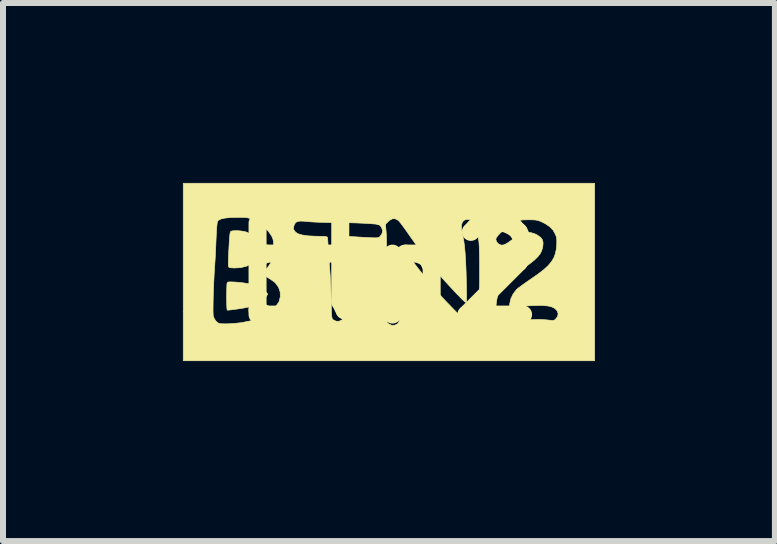
<source format=kicad_pcb>
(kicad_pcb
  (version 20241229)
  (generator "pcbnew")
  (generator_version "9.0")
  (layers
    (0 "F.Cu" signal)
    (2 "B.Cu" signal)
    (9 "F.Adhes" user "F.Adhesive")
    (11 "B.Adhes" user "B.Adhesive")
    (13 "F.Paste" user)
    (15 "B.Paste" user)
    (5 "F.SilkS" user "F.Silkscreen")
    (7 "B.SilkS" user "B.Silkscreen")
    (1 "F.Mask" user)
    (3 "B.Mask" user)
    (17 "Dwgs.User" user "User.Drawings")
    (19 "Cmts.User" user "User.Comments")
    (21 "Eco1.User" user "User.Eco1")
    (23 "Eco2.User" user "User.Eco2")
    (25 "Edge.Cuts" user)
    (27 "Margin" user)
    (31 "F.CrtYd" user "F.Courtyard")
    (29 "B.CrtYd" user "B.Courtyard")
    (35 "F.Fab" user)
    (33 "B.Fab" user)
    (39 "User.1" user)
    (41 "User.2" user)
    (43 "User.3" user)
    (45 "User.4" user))
  (footprint "btn2"
    (layer "F.Cu")
    (at 3.421 1.505)
    (property "Reference" "btn2" (at 0 0 0) (layer "F.SilkS") (effects (font (size 1.524 1.524) (thickness 0.3))))
    (attr through_hole)
    (fp_poly (pts (xy -2.492 -0.708) (xy -2.434 -0.702) (xy -2.382 -0.692) (xy -2.374 -0.69) (xy -2.299 -0.657) (xy -2.228 -0.609) (xy -2.171 -0.552) (xy -2.16 -0.537) (xy -2.137 -0.48) (xy -2.129 -0.412) (xy -2.139 -0.34) (xy -2.158 -0.286) (xy -2.206 -0.215) (xy -2.275 -0.159) (xy -2.361 -0.117) (xy -2.459 -0.093) (xy -2.567 -0.087) (xy -2.609 -0.09) (xy -2.628 -0.091) (xy -2.642 -0.092) (xy -2.652 -0.097) (xy -2.66 -0.109) (xy -2.664 -0.13) (xy -2.665 -0.164) (xy -2.664 -0.213) (xy -2.661 -0.281) (xy -2.657 -0.371) (xy -2.653 -0.441) (xy -2.648 -0.537) (xy -2.642 -0.608) (xy -2.637 -0.657) (xy -2.63 -0.687) (xy -2.623 -0.698) (xy -2.595 -0.706) (xy -2.548 -0.71) (xy -2.492 -0.708)) (stroke (width 0.01) (type solid)) (fill yes) (layer "F.SilkS"))
    (fp_poly (pts (xy -2.56 0.147) (xy -2.534 0.149) (xy -2.464 0.155) (xy -2.394 0.164) (xy -2.335 0.174) (xy -2.31 0.18) (xy -2.242 0.203) (xy -2.175 0.232) (xy -2.114 0.263) (xy -2.062 0.295) (xy -2.026 0.323) (xy -2.01 0.347) (xy -2.009 0.351) (xy -2.018 0.366) (xy -2.039 0.394) (xy -2.056 0.413) (xy -2.117 0.466) (xy -2.196 0.513) (xy -2.287 0.551) (xy -2.344 0.567) (xy -2.389 0.577) (xy -2.448 0.587) (xy -2.515 0.597) (xy -2.581 0.606) (xy -2.639 0.613) (xy -2.679 0.616) (xy -2.683 0.616) (xy -2.686 0.604) (xy -2.689 0.569) (xy -2.691 0.516) (xy -2.692 0.45) (xy -2.693 0.405) (xy -2.692 0.331) (xy -2.691 0.264) (xy -2.689 0.211) (xy -2.687 0.177) (xy -2.685 0.167) (xy -2.68 0.156) (xy -2.67 0.148) (xy -2.65 0.145) (xy -2.615 0.145) (xy -2.56 0.147)) (stroke (width 0.01) (type solid)) (fill yes) (layer "F.SilkS"))
    (fp_poly (pts (xy 3.443 1.46) (xy -3.416 1.46) (xy -3.416 0.575) (xy -2.919 0.575) (xy -2.919 0.643) (xy -2.917 0.691) (xy -2.915 0.713) (xy -2.898 0.758) (xy -2.869 0.8) (xy -2.865 0.803) (xy -2.845 0.822) (xy -2.825 0.834) (xy -2.8 0.841) (xy -2.763 0.843) (xy -2.705 0.844) (xy -2.702 0.844) (xy -2.63 0.842) (xy -2.546 0.835) (xy -2.466 0.827) (xy -2.445 0.824) (xy -2.285 0.792) (xy -2.148 0.748) (xy -2.075 0.716) (xy -2.023 0.683) (xy -1.965 0.638) (xy -1.909 0.587) (xy -1.861 0.535) (xy -1.827 0.489) (xy -1.82 0.476) (xy -1.798 0.395) (xy -1.8 0.314) (xy -1.826 0.236) (xy -1.875 0.168) (xy -1.884 0.158) (xy -1.913 0.135) (xy -1.956 0.105) (xy -2.004 0.074) (xy -2.05 0.046) (xy -2.085 0.027) (xy -2.095 0.023) (xy -2.094 0.011) (xy -2.078 -0.014) (xy -2.049 -0.048) (xy -2.045 -0.052) (xy -2.005 -0.101) (xy -1.967 -0.158) (xy -1.945 -0.198) (xy -1.928 -0.237) (xy -1.918 -0.272) (xy -1.912 -0.312) (xy -1.91 -0.365) (xy -1.909 -0.415) (xy -1.91 -0.481) (xy -1.913 -0.528) (xy -1.919 -0.563) (xy -1.93 -0.594) (xy -1.944 -0.623) (xy -1.997 -0.699) (xy -2.064 -0.767) (xy -1.579 -0.767) (xy -1.573 -0.725) (xy -1.544 -0.685) (xy -1.544 -0.684) (xy -1.5 -0.657) (xy -1.431 -0.637) (xy -1.337 -0.623) (xy -1.217 -0.617) (xy -1.158 -0.616) (xy -1.088 -0.615) (xy -1.043 -0.612) (xy -1.018 -0.605) (xy -1.013 -0.599) (xy -1.01 -0.581) (xy -1.006 -0.541) (xy -1.002 -0.483) (xy -0.997 -0.413) (xy -0.992 -0.348) (xy -0.986 -0.253) (xy -0.979 -0.149) (xy -0.972 -0.047) (xy -0.966 0.043) (xy -0.964 0.074) (xy -0.959 0.154) (xy -0.955 0.251) (xy -0.951 0.355) (xy -0.948 0.457) (xy -0.947 0.507) (xy -0.946 0.594) (xy -0.944 0.658) (xy -0.942 0.704) (xy -0.938 0.734) (xy -0.933 0.754) (xy -0.925 0.767) (xy -0.915 0.777) (xy -0.912 0.779) (xy -0.867 0.8) (xy -0.818 0.801) (xy -0.774 0.781) (xy -0.766 0.772) (xy -0.741 0.737) (xy -0.723 0.695) (xy -0.719 0.665) (xy -0.717 0.611) (xy -0.718 0.534) (xy -0.72 0.437) (xy -0.725 0.323) (xy -0.731 0.194) (xy -0.74 0.052) (xy -0.75 -0.101) (xy -0.757 -0.208) (xy -0.763 -0.295) (xy -0.769 -0.378) (xy -0.773 -0.452) (xy -0.776 -0.51) (xy -0.777 -0.547) (xy -0.777 -0.548) (xy -0.777 -0.62) (xy -0.626 -0.612) (xy -0.503 -0.604) (xy -0.404 -0.598) (xy -0.326 -0.594) (xy -0.266 -0.591) (xy -0.222 -0.59) (xy -0.191 -0.591) (xy -0.169 -0.593) (xy -0.155 -0.597) (xy -0.146 -0.603) (xy -0.138 -0.611) (xy -0.129 -0.62) (xy -0.1 -0.666) (xy -0.094 -0.718) (xy -0.113 -0.768) (xy -0.124 -0.783) (xy -0.137 -0.796) (xy -0.152 -0.806) (xy -0.174 -0.813) (xy -0.192 -0.816) (xy -0.044 -0.816) (xy -0.032 -0.673) (xy -0.03 -0.63) (xy -0.028 -0.565) (xy -0.026 -0.479) (xy -0.024 -0.376) (xy -0.022 -0.259) (xy -0.021 -0.133) (xy -0.021 0.001) (xy -0.02 0.139) (xy -0.02 0.145) (xy -0.02 0.82) (xy 0.012 0.845) (xy 0.056 0.867) (xy 0.105 0.868) (xy 0.148 0.849) (xy 0.158 0.841) (xy 0.17 0.825) (xy 0.181 0.806) (xy 0.19 0.781) (xy 0.197 0.747) (xy 0.203 0.704) (xy 0.207 0.647) (xy 0.21 0.575) (xy 0.212 0.485) (xy 0.213 0.375) (xy 0.214 0.243) (xy 0.214 0.116) (xy 0.214 -0.457) (xy 0.317 -0.319) (xy 0.412 -0.194) (xy 0.515 -0.061) (xy 0.621 0.072) (xy 0.723 0.196) (xy 0.788 0.275) (xy 0.839 0.333) (xy 0.898 0.398) (xy 0.963 0.468) (xy 1.031 0.538) (xy 1.098 0.607) (xy 1.161 0.671) (xy 1.218 0.726) (xy 1.265 0.77) (xy 1.3 0.8) (xy 1.316 0.812) (xy 1.374 0.83) (xy 1.427 0.824) (xy 1.47 0.794) (xy 1.499 0.743) (xy 1.503 0.73) (xy 1.507 0.701) (xy 1.511 0.648) (xy 1.515 0.576) (xy 1.518 0.488) (xy 1.52 0.387) (xy 1.522 0.277) (xy 1.524 0.161) (xy 1.525 0.044) (xy 1.525 -0.072) (xy 1.524 -0.183) (xy 1.523 -0.285) (xy 1.521 -0.374) (xy 1.519 -0.448) (xy 1.515 -0.503) (xy 1.515 -0.513) (xy 1.507 -0.568) (xy 1.795 -0.568) (xy 1.807 -0.524) (xy 1.839 -0.489) (xy 1.881 -0.47) (xy 1.898 -0.469) (xy 1.925 -0.472) (xy 1.956 -0.485) (xy 1.996 -0.508) (xy 2.05 -0.546) (xy 2.071 -0.561) (xy 2.161 -0.622) (xy 2.24 -0.661) (xy 2.312 -0.679) (xy 2.38 -0.677) (xy 2.448 -0.656) (xy 2.489 -0.635) (xy 2.542 -0.597) (xy 2.572 -0.558) (xy 2.583 -0.51) (xy 2.581 -0.468) (xy 2.572 -0.413) (xy 2.555 -0.363) (xy 2.529 -0.316) (xy 2.49 -0.269) (xy 2.437 -0.218) (xy 2.367 -0.162) (xy 2.277 -0.096) (xy 2.237 -0.067) (xy 2.126 0.013) (xy 2.036 0.083) (xy 1.965 0.148) (xy 1.911 0.209) (xy 1.87 0.27) (xy 1.84 0.334) (xy 1.819 0.404) (xy 1.808 0.459) (xy 1.8 0.53) (xy 1.799 0.602) (xy 1.804 0.669) (xy 1.815 0.721) (xy 1.823 0.738) (xy 1.834 0.755) (xy 1.85 0.768) (xy 1.875 0.776) (xy 1.911 0.782) (xy 1.962 0.784) (xy 2.031 0.784) (xy 2.122 0.782) (xy 2.17 0.78) (xy 2.26 0.777) (xy 2.347 0.775) (xy 2.424 0.773) (xy 2.487 0.771) (xy 2.53 0.771) (xy 2.532 0.771) (xy 2.592 0.774) (xy 2.655 0.779) (xy 2.69 0.783) (xy 2.734 0.788) (xy 2.762 0.786) (xy 2.783 0.773) (xy 2.788 0.769) (xy 2.824 0.723) (xy 2.834 0.675) (xy 2.819 0.629) (xy 2.78 0.588) (xy 2.754 0.573) (xy 2.714 0.557) (xy 2.663 0.546) (xy 2.595 0.54) (xy 2.574 0.538) (xy 2.521 0.538) (xy 2.453 0.539) (xy 2.376 0.542) (xy 2.295 0.546) (xy 2.215 0.552) (xy 2.144 0.558) (xy 2.087 0.564) (xy 2.05 0.57) (xy 2.044 0.572) (xy 2.03 0.573) (xy 2.023 0.563) (xy 2.024 0.536) (xy 2.026 0.513) (xy 2.045 0.427) (xy 2.085 0.344) (xy 2.138 0.274) (xy 2.139 0.273) (xy 2.166 0.25) (xy 2.21 0.217) (xy 2.267 0.175) (xy 2.332 0.13) (xy 2.384 0.094) (xy 2.499 0.014) (xy 2.593 -0.058) (xy 2.666 -0.125) (xy 2.722 -0.191) (xy 2.762 -0.257) (xy 2.788 -0.327) (xy 2.804 -0.403) (xy 2.81 -0.467) (xy 2.812 -0.529) (xy 2.81 -0.573) (xy 2.803 -0.61) (xy 2.788 -0.649) (xy 2.786 -0.653) (xy 2.749 -0.719) (xy 2.695 -0.775) (xy 2.622 -0.824) (xy 2.573 -0.849) (xy 2.531 -0.868) (xy 2.495 -0.88) (xy 2.458 -0.887) (xy 2.411 -0.89) (xy 2.345 -0.891) (xy 2.344 -0.891) (xy 2.279 -0.89) (xy 2.233 -0.888) (xy 2.197 -0.881) (xy 2.161 -0.869) (xy 2.118 -0.849) (xy 2.098 -0.839) (xy 2.044 -0.808) (xy 1.986 -0.768) (xy 1.928 -0.722) (xy 1.876 -0.676) (xy 1.834 -0.632) (xy 1.805 -0.594) (xy 1.795 -0.568) (xy 1.507 -0.568) (xy 1.497 -0.638) (xy 1.474 -0.737) (xy 1.444 -0.812) (xy 1.407 -0.863) (xy 1.363 -0.891) (xy 1.325 -0.898) (xy 1.274 -0.887) (xy 1.24 -0.857) (xy 1.223 -0.806) (xy 1.223 -0.735) (xy 1.24 -0.642) (xy 1.246 -0.619) (xy 1.26 -0.548) (xy 1.273 -0.453) (xy 1.284 -0.332) (xy 1.293 -0.186) (xy 1.3 -0.013) (xy 1.305 0.184) (xy 1.307 0.283) (xy 1.308 0.359) (xy 1.308 0.413) (xy 1.307 0.45) (xy 1.305 0.472) (xy 1.301 0.483) (xy 1.295 0.486) (xy 1.287 0.483) (xy 1.287 0.483) (xy 1.267 0.467) (xy 1.233 0.435) (xy 1.188 0.389) (xy 1.133 0.332) (xy 1.073 0.268) (xy 1.01 0.2) (xy 0.947 0.131) (xy 0.887 0.064) (xy 0.833 0.002) (xy 0.809 -0.027) (xy 0.67 -0.2) (xy 0.522 -0.396) (xy 0.369 -0.611) (xy 0.331 -0.666) (xy 0.285 -0.731) (xy 0.242 -0.79) (xy 0.206 -0.838) (xy 0.178 -0.871) (xy 0.165 -0.883) (xy 0.117 -0.908) (xy 0.069 -0.907) (xy 0.019 -0.878) (xy 0.003 -0.863) (xy -0.044 -0.816) (xy -0.192 -0.816) (xy -0.207 -0.819) (xy -0.257 -0.823) (xy -0.327 -0.828) (xy -0.355 -0.83) (xy -0.431 -0.834) (xy -0.526 -0.838) (xy -0.632 -0.841) (xy -0.742 -0.843) (xy -0.849 -0.844) (xy -0.87 -0.844) (xy -0.97 -0.845) (xy -1.07 -0.847) (xy -1.164 -0.85) (xy -1.246 -0.854) (xy -1.309 -0.858) (xy -1.326 -0.86) (xy -1.406 -0.867) (xy -1.465 -0.869) (xy -1.507 -0.863) (xy -1.535 -0.85) (xy -1.554 -0.828) (xy -1.56 -0.818) (xy -1.579 -0.767) (xy -2.064 -0.767) (xy -2.069 -0.773) (xy -2.156 -0.838) (xy -2.234 -0.881) (xy -2.277 -0.902) (xy -2.311 -0.915) (xy -2.343 -0.924) (xy -2.38 -0.929) (xy -2.428 -0.931) (xy -2.495 -0.931) (xy -2.512 -0.931) (xy -2.629 -0.928) (xy -2.72 -0.919) (xy -2.787 -0.904) (xy -2.829 -0.882) (xy -2.843 -0.866) (xy -2.849 -0.843) (xy -2.855 -0.795) (xy -2.86 -0.728) (xy -2.865 -0.644) (xy -2.869 -0.563) (xy -2.873 -0.463) (xy -2.878 -0.358) (xy -2.883 -0.255) (xy -2.889 -0.163) (xy -2.893 -0.1) (xy -2.899 -0.011) (xy -2.904 0.087) (xy -2.909 0.191) (xy -2.913 0.295) (xy -2.916 0.397) (xy -2.918 0.491) (xy -2.919 0.575) (xy -3.416 0.575) (xy -3.416 -1.5) (xy 3.443 -1.5) (xy 3.443 1.46)) (stroke (width 0.01) (type solid)) (fill yes) (layer "F.SilkS")))
  (gr_rect
    (start -3 -3)
    (end 9.869 5.971)
    (stroke (width 0.1) (type default))
    (fill no)
    (layer "Edge.Cuts")))
</source>
